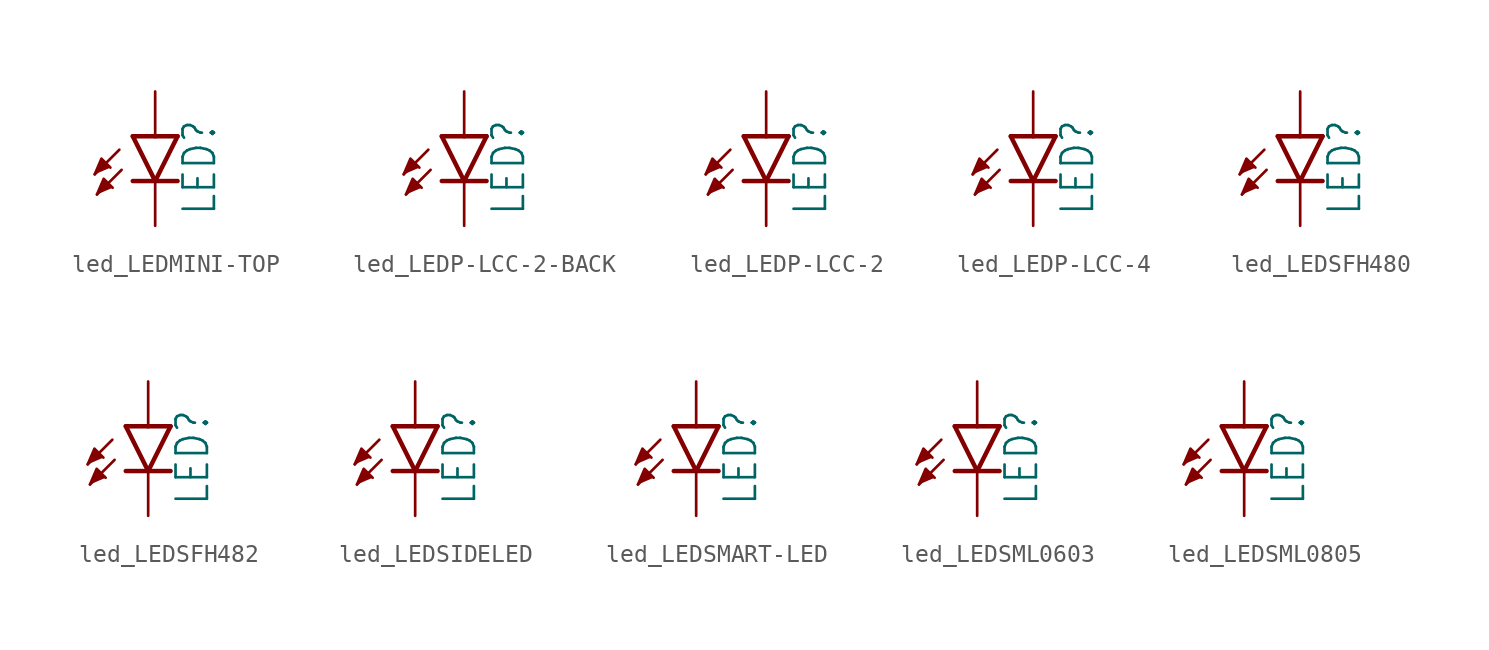
<source format=kicad_sym>
(kicad_symbol_lib
  (version 20241209)
  (generator "kicad_symbol_editor")
  (generator_version "9.0")
  (symbol "led_LEDMINI-TOP"
    (property "Reference" "LED"
      (at 3.556 -4.572 90)
      (effects (font (size 1.778 1.511)) (justify left bottom)))
    (property "Value" ""
      (at 5.715 -4.572 90)
      (effects (font (size 1.778 1.511)) (justify left bottom)))
    (property "ki_locked" ""
      (at 0 0 0)
      (effects (font (size 1.27 1.27))))
    (symbol "led_LEDMINI-TOP_1_0"
      (polyline (pts (xy -3.429 -2.159) (xy -3.048 -1.27) (xy -2.54 -1.778)) (stroke (width 0.152) (type solid)) (fill (type outline)))
      (polyline (pts (xy -3.302 -3.302) (xy -2.921 -2.413) (xy -2.413 -2.921)) (stroke (width 0.152) (type solid)) (fill (type outline)))
      (polyline (pts (xy -2.032 -0.762) (xy -3.429 -2.159)) (stroke (width 0.152) (type solid)) (fill (type none)))
      (polyline (pts (xy -1.905 -1.905) (xy -3.302 -3.302)) (stroke (width 0.152) (type solid)) (fill (type none)))
      (polyline (pts (xy 0 0) (xy -1.27 0)) (stroke (width 0.254) (type solid)) (fill (type none)))
      (polyline (pts (xy 0 -2.54) (xy -1.27 0)) (stroke (width 0.254) (type solid)) (fill (type none)))
      (polyline (pts (xy 0 -2.54) (xy -1.27 -2.54)) (stroke (width 0.254) (type solid)) (fill (type none)))
      (polyline (pts (xy 1.27 0) (xy 0 0)) (stroke (width 0.254) (type solid)) (fill (type none)))
      (polyline (pts (xy 1.27 0) (xy 0 -2.54)) (stroke (width 0.254) (type solid)) (fill (type none)))
      (polyline (pts (xy 1.27 -2.54) (xy 0 -2.54)) (stroke (width 0.254) (type solid)) (fill (type none)))
      (pin passive line (at 0 2.54 270) (length 2.54) (name "A" (effects (font (size 0 0)))) (number "A" (effects (font (size 0 0)))))
      (pin passive line (at 0 -5.08 90) (length 2.54) (name "C" (effects (font (size 0 0)))) (number "C" (effects (font (size 0 0)))))))
  (symbol "led_LEDP-LCC-2-BACK"
    (property "Reference" "LED"
      (at 3.556 -4.572 90)
      (effects (font (size 1.778 1.511)) (justify left bottom)))
    (property "Value" ""
      (at 5.715 -4.572 90)
      (effects (font (size 1.778 1.511)) (justify left bottom)))
    (property "ki_locked" ""
      (at 0 0 0)
      (effects (font (size 1.27 1.27))))
    (symbol "led_LEDP-LCC-2-BACK_1_0"
      (polyline (pts (xy -3.429 -2.159) (xy -3.048 -1.27) (xy -2.54 -1.778)) (stroke (width 0.152) (type solid)) (fill (type outline)))
      (polyline (pts (xy -3.302 -3.302) (xy -2.921 -2.413) (xy -2.413 -2.921)) (stroke (width 0.152) (type solid)) (fill (type outline)))
      (polyline (pts (xy -2.032 -0.762) (xy -3.429 -2.159)) (stroke (width 0.152) (type solid)) (fill (type none)))
      (polyline (pts (xy -1.905 -1.905) (xy -3.302 -3.302)) (stroke (width 0.152) (type solid)) (fill (type none)))
      (polyline (pts (xy 0 0) (xy -1.27 0)) (stroke (width 0.254) (type solid)) (fill (type none)))
      (polyline (pts (xy 0 -2.54) (xy -1.27 0)) (stroke (width 0.254) (type solid)) (fill (type none)))
      (polyline (pts (xy 0 -2.54) (xy -1.27 -2.54)) (stroke (width 0.254) (type solid)) (fill (type none)))
      (polyline (pts (xy 1.27 0) (xy 0 0)) (stroke (width 0.254) (type solid)) (fill (type none)))
      (polyline (pts (xy 1.27 0) (xy 0 -2.54)) (stroke (width 0.254) (type solid)) (fill (type none)))
      (polyline (pts (xy 1.27 -2.54) (xy 0 -2.54)) (stroke (width 0.254) (type solid)) (fill (type none)))
      (pin passive line (at 0 2.54 270) (length 2.54) (name "A" (effects (font (size 0 0)))) (number "A" (effects (font (size 0 0)))))
      (pin passive line (at 0 -5.08 90) (length 2.54) (name "C" (effects (font (size 0 0)))) (number "C" (effects (font (size 0 0)))))))
  (symbol "led_LEDP-LCC-2"
    (property "Reference" "LED"
      (at 3.556 -4.572 90)
      (effects (font (size 1.778 1.511)) (justify left bottom)))
    (property "Value" ""
      (at 5.715 -4.572 90)
      (effects (font (size 1.778 1.511)) (justify left bottom)))
    (property "ki_locked" ""
      (at 0 0 0)
      (effects (font (size 1.27 1.27))))
    (symbol "led_LEDP-LCC-2_1_0"
      (polyline (pts (xy -3.429 -2.159) (xy -3.048 -1.27) (xy -2.54 -1.778)) (stroke (width 0.152) (type solid)) (fill (type outline)))
      (polyline (pts (xy -3.302 -3.302) (xy -2.921 -2.413) (xy -2.413 -2.921)) (stroke (width 0.152) (type solid)) (fill (type outline)))
      (polyline (pts (xy -2.032 -0.762) (xy -3.429 -2.159)) (stroke (width 0.152) (type solid)) (fill (type none)))
      (polyline (pts (xy -1.905 -1.905) (xy -3.302 -3.302)) (stroke (width 0.152) (type solid)) (fill (type none)))
      (polyline (pts (xy 0 0) (xy -1.27 0)) (stroke (width 0.254) (type solid)) (fill (type none)))
      (polyline (pts (xy 0 -2.54) (xy -1.27 0)) (stroke (width 0.254) (type solid)) (fill (type none)))
      (polyline (pts (xy 0 -2.54) (xy -1.27 -2.54)) (stroke (width 0.254) (type solid)) (fill (type none)))
      (polyline (pts (xy 1.27 0) (xy 0 0)) (stroke (width 0.254) (type solid)) (fill (type none)))
      (polyline (pts (xy 1.27 0) (xy 0 -2.54)) (stroke (width 0.254) (type solid)) (fill (type none)))
      (polyline (pts (xy 1.27 -2.54) (xy 0 -2.54)) (stroke (width 0.254) (type solid)) (fill (type none)))
      (pin passive line (at 0 2.54 270) (length 2.54) (name "A" (effects (font (size 0 0)))) (number "A" (effects (font (size 0 0)))))
      (pin passive line (at 0 -5.08 90) (length 2.54) (name "C" (effects (font (size 0 0)))) (number "C" (effects (font (size 0 0)))))))
  (symbol "led_LEDP-LCC-4"
    (property "Reference" "LED"
      (at 3.556 -4.572 90)
      (effects (font (size 1.778 1.511)) (justify left bottom)))
    (property "Value" ""
      (at 5.715 -4.572 90)
      (effects (font (size 1.778 1.511)) (justify left bottom)))
    (property "ki_locked" ""
      (at 0 0 0)
      (effects (font (size 1.27 1.27))))
    (symbol "led_LEDP-LCC-4_1_0"
      (polyline (pts (xy -3.429 -2.159) (xy -3.048 -1.27) (xy -2.54 -1.778)) (stroke (width 0.152) (type solid)) (fill (type outline)))
      (polyline (pts (xy -3.302 -3.302) (xy -2.921 -2.413) (xy -2.413 -2.921)) (stroke (width 0.152) (type solid)) (fill (type outline)))
      (polyline (pts (xy -2.032 -0.762) (xy -3.429 -2.159)) (stroke (width 0.152) (type solid)) (fill (type none)))
      (polyline (pts (xy -1.905 -1.905) (xy -3.302 -3.302)) (stroke (width 0.152) (type solid)) (fill (type none)))
      (polyline (pts (xy 0 0) (xy -1.27 0)) (stroke (width 0.254) (type solid)) (fill (type none)))
      (polyline (pts (xy 0 -2.54) (xy -1.27 0)) (stroke (width 0.254) (type solid)) (fill (type none)))
      (polyline (pts (xy 0 -2.54) (xy -1.27 -2.54)) (stroke (width 0.254) (type solid)) (fill (type none)))
      (polyline (pts (xy 1.27 0) (xy 0 0)) (stroke (width 0.254) (type solid)) (fill (type none)))
      (polyline (pts (xy 1.27 0) (xy 0 -2.54)) (stroke (width 0.254) (type solid)) (fill (type none)))
      (polyline (pts (xy 1.27 -2.54) (xy 0 -2.54)) (stroke (width 0.254) (type solid)) (fill (type none)))
      (pin passive line (at 0 2.54 270) (length 2.54) (name "A" (effects (font (size 0 0)))) (number "A" (effects (font (size 0 0)))))
      (pin passive line (at 0 -5.08 90) (length 2.54) (name "C" (effects (font (size 0 0)))) (number "C@4" (effects (font (size 0 0)))))))
  (symbol "led_LEDSFH480"
    (property "Reference" "LED"
      (at 3.556 -4.572 90)
      (effects (font (size 1.778 1.511)) (justify left bottom)))
    (property "Value" ""
      (at 5.715 -4.572 90)
      (effects (font (size 1.778 1.511)) (justify left bottom)))
    (property "ki_locked" ""
      (at 0 0 0)
      (effects (font (size 1.27 1.27))))
    (symbol "led_LEDSFH480_1_0"
      (polyline (pts (xy -3.429 -2.159) (xy -3.048 -1.27) (xy -2.54 -1.778)) (stroke (width 0.152) (type solid)) (fill (type outline)))
      (polyline (pts (xy -3.302 -3.302) (xy -2.921 -2.413) (xy -2.413 -2.921)) (stroke (width 0.152) (type solid)) (fill (type outline)))
      (polyline (pts (xy -2.032 -0.762) (xy -3.429 -2.159)) (stroke (width 0.152) (type solid)) (fill (type none)))
      (polyline (pts (xy -1.905 -1.905) (xy -3.302 -3.302)) (stroke (width 0.152) (type solid)) (fill (type none)))
      (polyline (pts (xy 0 0) (xy -1.27 0)) (stroke (width 0.254) (type solid)) (fill (type none)))
      (polyline (pts (xy 0 -2.54) (xy -1.27 0)) (stroke (width 0.254) (type solid)) (fill (type none)))
      (polyline (pts (xy 0 -2.54) (xy -1.27 -2.54)) (stroke (width 0.254) (type solid)) (fill (type none)))
      (polyline (pts (xy 1.27 0) (xy 0 0)) (stroke (width 0.254) (type solid)) (fill (type none)))
      (polyline (pts (xy 1.27 0) (xy 0 -2.54)) (stroke (width 0.254) (type solid)) (fill (type none)))
      (polyline (pts (xy 1.27 -2.54) (xy 0 -2.54)) (stroke (width 0.254) (type solid)) (fill (type none)))
      (pin passive line (at 0 2.54 270) (length 2.54) (name "A" (effects (font (size 0 0)))) (number "A" (effects (font (size 0 0)))))
      (pin passive line (at 0 -5.08 90) (length 2.54) (name "C" (effects (font (size 0 0)))) (number "K" (effects (font (size 0 0)))))))
  (symbol "led_LEDSFH482"
    (property "Reference" "LED"
      (at 3.556 -4.572 90)
      (effects (font (size 1.778 1.511)) (justify left bottom)))
    (property "Value" ""
      (at 5.715 -4.572 90)
      (effects (font (size 1.778 1.511)) (justify left bottom)))
    (property "ki_locked" ""
      (at 0 0 0)
      (effects (font (size 1.27 1.27))))
    (symbol "led_LEDSFH482_1_0"
      (polyline (pts (xy -3.429 -2.159) (xy -3.048 -1.27) (xy -2.54 -1.778)) (stroke (width 0.152) (type solid)) (fill (type outline)))
      (polyline (pts (xy -3.302 -3.302) (xy -2.921 -2.413) (xy -2.413 -2.921)) (stroke (width 0.152) (type solid)) (fill (type outline)))
      (polyline (pts (xy -2.032 -0.762) (xy -3.429 -2.159)) (stroke (width 0.152) (type solid)) (fill (type none)))
      (polyline (pts (xy -1.905 -1.905) (xy -3.302 -3.302)) (stroke (width 0.152) (type solid)) (fill (type none)))
      (polyline (pts (xy 0 0) (xy -1.27 0)) (stroke (width 0.254) (type solid)) (fill (type none)))
      (polyline (pts (xy 0 -2.54) (xy -1.27 0)) (stroke (width 0.254) (type solid)) (fill (type none)))
      (polyline (pts (xy 0 -2.54) (xy -1.27 -2.54)) (stroke (width 0.254) (type solid)) (fill (type none)))
      (polyline (pts (xy 1.27 0) (xy 0 0)) (stroke (width 0.254) (type solid)) (fill (type none)))
      (polyline (pts (xy 1.27 0) (xy 0 -2.54)) (stroke (width 0.254) (type solid)) (fill (type none)))
      (polyline (pts (xy 1.27 -2.54) (xy 0 -2.54)) (stroke (width 0.254) (type solid)) (fill (type none)))
      (pin passive line (at 0 2.54 270) (length 2.54) (name "A" (effects (font (size 0 0)))) (number "A" (effects (font (size 0 0)))))
      (pin passive line (at 0 -5.08 90) (length 2.54) (name "C" (effects (font (size 0 0)))) (number "K" (effects (font (size 0 0)))))))
  (symbol "led_LEDSIDELED"
    (property "Reference" "LED"
      (at 3.556 -4.572 90)
      (effects (font (size 1.778 1.511)) (justify left bottom)))
    (property "Value" ""
      (at 5.715 -4.572 90)
      (effects (font (size 1.778 1.511)) (justify left bottom)))
    (property "ki_locked" ""
      (at 0 0 0)
      (effects (font (size 1.27 1.27))))
    (symbol "led_LEDSIDELED_1_0"
      (polyline (pts (xy -3.429 -2.159) (xy -3.048 -1.27) (xy -2.54 -1.778)) (stroke (width 0.152) (type solid)) (fill (type outline)))
      (polyline (pts (xy -3.302 -3.302) (xy -2.921 -2.413) (xy -2.413 -2.921)) (stroke (width 0.152) (type solid)) (fill (type outline)))
      (polyline (pts (xy -2.032 -0.762) (xy -3.429 -2.159)) (stroke (width 0.152) (type solid)) (fill (type none)))
      (polyline (pts (xy -1.905 -1.905) (xy -3.302 -3.302)) (stroke (width 0.152) (type solid)) (fill (type none)))
      (polyline (pts (xy 0 0) (xy -1.27 0)) (stroke (width 0.254) (type solid)) (fill (type none)))
      (polyline (pts (xy 0 -2.54) (xy -1.27 0)) (stroke (width 0.254) (type solid)) (fill (type none)))
      (polyline (pts (xy 0 -2.54) (xy -1.27 -2.54)) (stroke (width 0.254) (type solid)) (fill (type none)))
      (polyline (pts (xy 1.27 0) (xy 0 0)) (stroke (width 0.254) (type solid)) (fill (type none)))
      (polyline (pts (xy 1.27 0) (xy 0 -2.54)) (stroke (width 0.254) (type solid)) (fill (type none)))
      (polyline (pts (xy 1.27 -2.54) (xy 0 -2.54)) (stroke (width 0.254) (type solid)) (fill (type none)))
      (pin passive line (at 0 2.54 270) (length 2.54) (name "A" (effects (font (size 0 0)))) (number "A" (effects (font (size 0 0)))))
      (pin passive line (at 0 -5.08 90) (length 2.54) (name "C" (effects (font (size 0 0)))) (number "C" (effects (font (size 0 0)))))))
  (symbol "led_LEDSMART-LED"
    (property "Reference" "LED"
      (at 3.556 -4.572 90)
      (effects (font (size 1.778 1.511)) (justify left bottom)))
    (property "Value" ""
      (at 5.715 -4.572 90)
      (effects (font (size 1.778 1.511)) (justify left bottom)))
    (property "ki_locked" ""
      (at 0 0 0)
      (effects (font (size 1.27 1.27))))
    (symbol "led_LEDSMART-LED_1_0"
      (polyline (pts (xy -3.429 -2.159) (xy -3.048 -1.27) (xy -2.54 -1.778)) (stroke (width 0.152) (type solid)) (fill (type outline)))
      (polyline (pts (xy -3.302 -3.302) (xy -2.921 -2.413) (xy -2.413 -2.921)) (stroke (width 0.152) (type solid)) (fill (type outline)))
      (polyline (pts (xy -2.032 -0.762) (xy -3.429 -2.159)) (stroke (width 0.152) (type solid)) (fill (type none)))
      (polyline (pts (xy -1.905 -1.905) (xy -3.302 -3.302)) (stroke (width 0.152) (type solid)) (fill (type none)))
      (polyline (pts (xy 0 0) (xy -1.27 0)) (stroke (width 0.254) (type solid)) (fill (type none)))
      (polyline (pts (xy 0 -2.54) (xy -1.27 0)) (stroke (width 0.254) (type solid)) (fill (type none)))
      (polyline (pts (xy 0 -2.54) (xy -1.27 -2.54)) (stroke (width 0.254) (type solid)) (fill (type none)))
      (polyline (pts (xy 1.27 0) (xy 0 0)) (stroke (width 0.254) (type solid)) (fill (type none)))
      (polyline (pts (xy 1.27 0) (xy 0 -2.54)) (stroke (width 0.254) (type solid)) (fill (type none)))
      (polyline (pts (xy 1.27 -2.54) (xy 0 -2.54)) (stroke (width 0.254) (type solid)) (fill (type none)))
      (pin passive line (at 0 2.54 270) (length 2.54) (name "A" (effects (font (size 0 0)))) (number "A" (effects (font (size 0 0)))))
      (pin passive line (at 0 -5.08 90) (length 2.54) (name "C" (effects (font (size 0 0)))) (number "B" (effects (font (size 0 0)))))))
  (symbol "led_LEDSML0603"
    (property "Reference" "LED"
      (at 3.556 -4.572 90)
      (effects (font (size 1.778 1.511)) (justify left bottom)))
    (property "Value" ""
      (at 5.715 -4.572 90)
      (effects (font (size 1.778 1.511)) (justify left bottom)))
    (property "ki_locked" ""
      (at 0 0 0)
      (effects (font (size 1.27 1.27))))
    (symbol "led_LEDSML0603_1_0"
      (polyline (pts (xy -3.429 -2.159) (xy -3.048 -1.27) (xy -2.54 -1.778)) (stroke (width 0.152) (type solid)) (fill (type outline)))
      (polyline (pts (xy -3.302 -3.302) (xy -2.921 -2.413) (xy -2.413 -2.921)) (stroke (width 0.152) (type solid)) (fill (type outline)))
      (polyline (pts (xy -2.032 -0.762) (xy -3.429 -2.159)) (stroke (width 0.152) (type solid)) (fill (type none)))
      (polyline (pts (xy -1.905 -1.905) (xy -3.302 -3.302)) (stroke (width 0.152) (type solid)) (fill (type none)))
      (polyline (pts (xy 0 0) (xy -1.27 0)) (stroke (width 0.254) (type solid)) (fill (type none)))
      (polyline (pts (xy 0 -2.54) (xy -1.27 0)) (stroke (width 0.254) (type solid)) (fill (type none)))
      (polyline (pts (xy 0 -2.54) (xy -1.27 -2.54)) (stroke (width 0.254) (type solid)) (fill (type none)))
      (polyline (pts (xy 1.27 0) (xy 0 0)) (stroke (width 0.254) (type solid)) (fill (type none)))
      (polyline (pts (xy 1.27 0) (xy 0 -2.54)) (stroke (width 0.254) (type solid)) (fill (type none)))
      (polyline (pts (xy 1.27 -2.54) (xy 0 -2.54)) (stroke (width 0.254) (type solid)) (fill (type none)))
      (pin passive line (at 0 2.54 270) (length 2.54) (name "A" (effects (font (size 0 0)))) (number "A" (effects (font (size 0 0)))))
      (pin passive line (at 0 -5.08 90) (length 2.54) (name "C" (effects (font (size 0 0)))) (number "C" (effects (font (size 0 0)))))))
  (symbol "led_LEDSML0805"
    (property "Reference" "LED"
      (at 3.556 -4.572 90)
      (effects (font (size 1.778 1.511)) (justify left bottom)))
    (property "Value" ""
      (at 5.715 -4.572 90)
      (effects (font (size 1.778 1.511)) (justify left bottom)))
    (property "ki_locked" ""
      (at 0 0 0)
      (effects (font (size 1.27 1.27))))
    (symbol "led_LEDSML0805_1_0"
      (polyline (pts (xy -3.429 -2.159) (xy -3.048 -1.27) (xy -2.54 -1.778)) (stroke (width 0.152) (type solid)) (fill (type outline)))
      (polyline (pts (xy -3.302 -3.302) (xy -2.921 -2.413) (xy -2.413 -2.921)) (stroke (width 0.152) (type solid)) (fill (type outline)))
      (polyline (pts (xy -2.032 -0.762) (xy -3.429 -2.159)) (stroke (width 0.152) (type solid)) (fill (type none)))
      (polyline (pts (xy -1.905 -1.905) (xy -3.302 -3.302)) (stroke (width 0.152) (type solid)) (fill (type none)))
      (polyline (pts (xy 0 0) (xy -1.27 0)) (stroke (width 0.254) (type solid)) (fill (type none)))
      (polyline (pts (xy 0 -2.54) (xy -1.27 0)) (stroke (width 0.254) (type solid)) (fill (type none)))
      (polyline (pts (xy 0 -2.54) (xy -1.27 -2.54)) (stroke (width 0.254) (type solid)) (fill (type none)))
      (polyline (pts (xy 1.27 0) (xy 0 0)) (stroke (width 0.254) (type solid)) (fill (type none)))
      (polyline (pts (xy 1.27 0) (xy 0 -2.54)) (stroke (width 0.254) (type solid)) (fill (type none)))
      (polyline (pts (xy 1.27 -2.54) (xy 0 -2.54)) (stroke (width 0.254) (type solid)) (fill (type none)))
      (pin passive line (at 0 2.54 270) (length 2.54) (name "A" (effects (font (size 0 0)))) (number "A" (effects (font (size 0 0)))))
      (pin passive line (at 0 -5.08 90) (length 2.54) (name "C" (effects (font (size 0 0)))) (number "C" (effects (font (size 0 0))))))))
</source>
